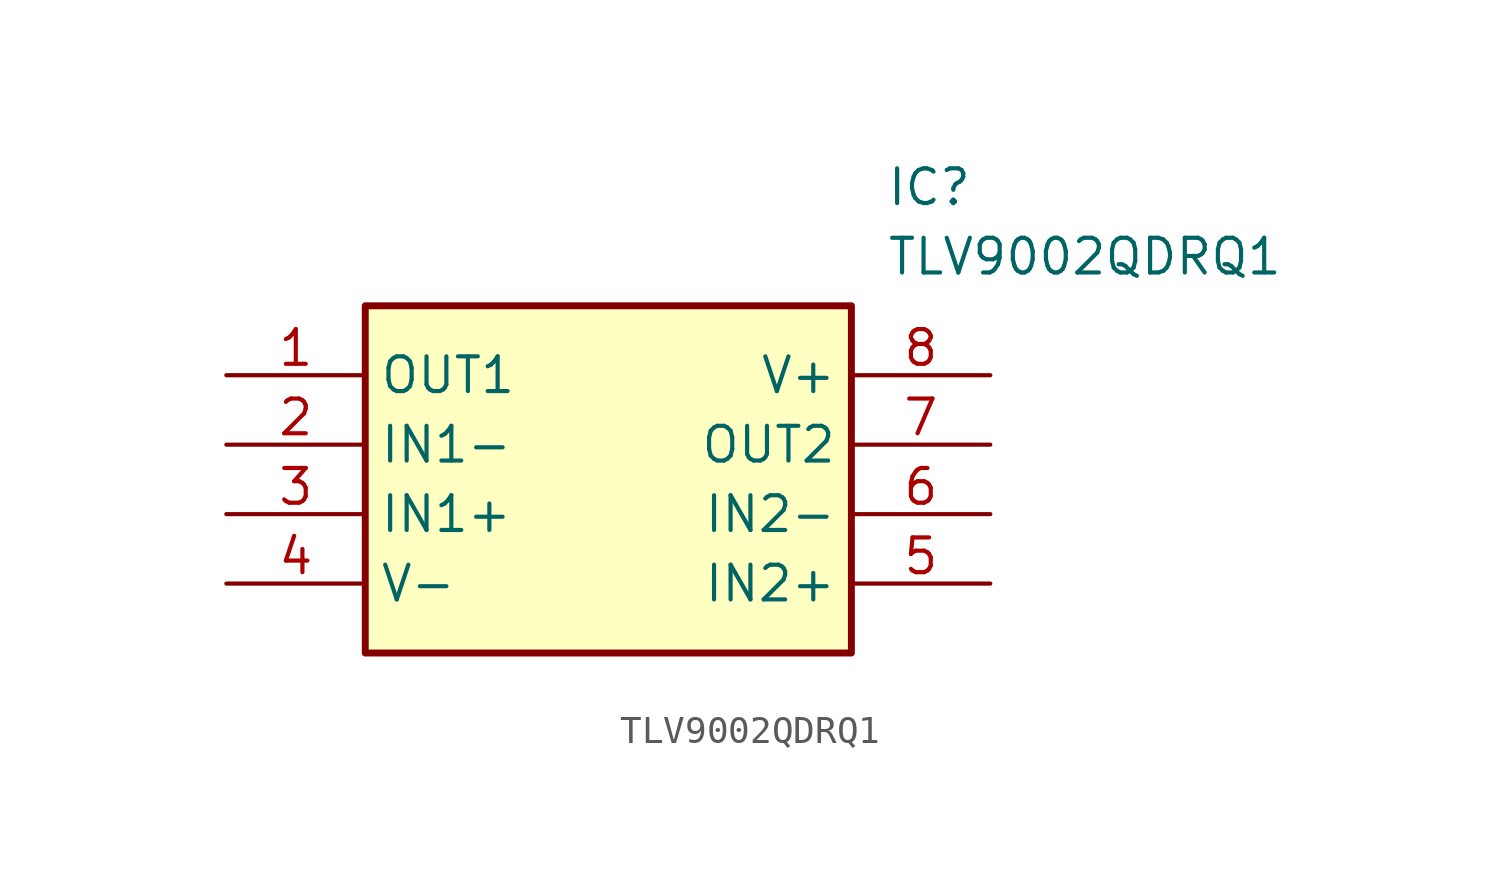
<source format=kicad_sym>
(kicad_symbol_lib
  (version 20211014)
  (generator SamacSys_ECAD_Model)
  (symbol "TLV9002QDRQ1"
    (property "Reference" "IC"
      (at 24.13 7.62 0)
      (effects (font (size 1.27 1.27)) (justify left top)))
    (property "Value" "TLV9002QDRQ1"
      (at 24.13 5.08 0)
      (effects (font (size 1.27 1.27)) (justify left top)))
    (rectangle
      (start 5.08 2.54)
      (end 22.86 -10.16)
      (stroke (width 0.254) (type default))
      (fill (type background)))
    (pin passive line
      (at 0 0 0)
      (length 5.08)
      (name "OUT1" (effects (font (size 1.27 1.27))))
      (number "1" (effects (font (size 1.27 1.27)))))
    (pin passive line
      (at 0 -2.54 0)
      (length 5.08)
      (name "IN1-" (effects (font (size 1.27 1.27))))
      (number "2" (effects (font (size 1.27 1.27)))))
    (pin passive line
      (at 0 -5.08 0)
      (length 5.08)
      (name "IN1+" (effects (font (size 1.27 1.27))))
      (number "3" (effects (font (size 1.27 1.27)))))
    (pin passive line
      (at 0 -7.62 0)
      (length 5.08)
      (name "V-" (effects (font (size 1.27 1.27))))
      (number "4" (effects (font (size 1.27 1.27)))))
    (pin passive line
      (at 27.94 0 180)
      (length 5.08)
      (name "V+" (effects (font (size 1.27 1.27))))
      (number "8" (effects (font (size 1.27 1.27)))))
    (pin passive line
      (at 27.94 -2.54 180)
      (length 5.08)
      (name "OUT2" (effects (font (size 1.27 1.27))))
      (number "7" (effects (font (size 1.27 1.27)))))
    (pin passive line
      (at 27.94 -5.08 180)
      (length 5.08)
      (name "IN2-" (effects (font (size 1.27 1.27))))
      (number "6" (effects (font (size 1.27 1.27)))))
    (pin passive line
      (at 27.94 -7.62 180)
      (length 5.08)
      (name "IN2+" (effects (font (size 1.27 1.27))))
      (number "5" (effects (font (size 1.27 1.27)))))))
</source>
